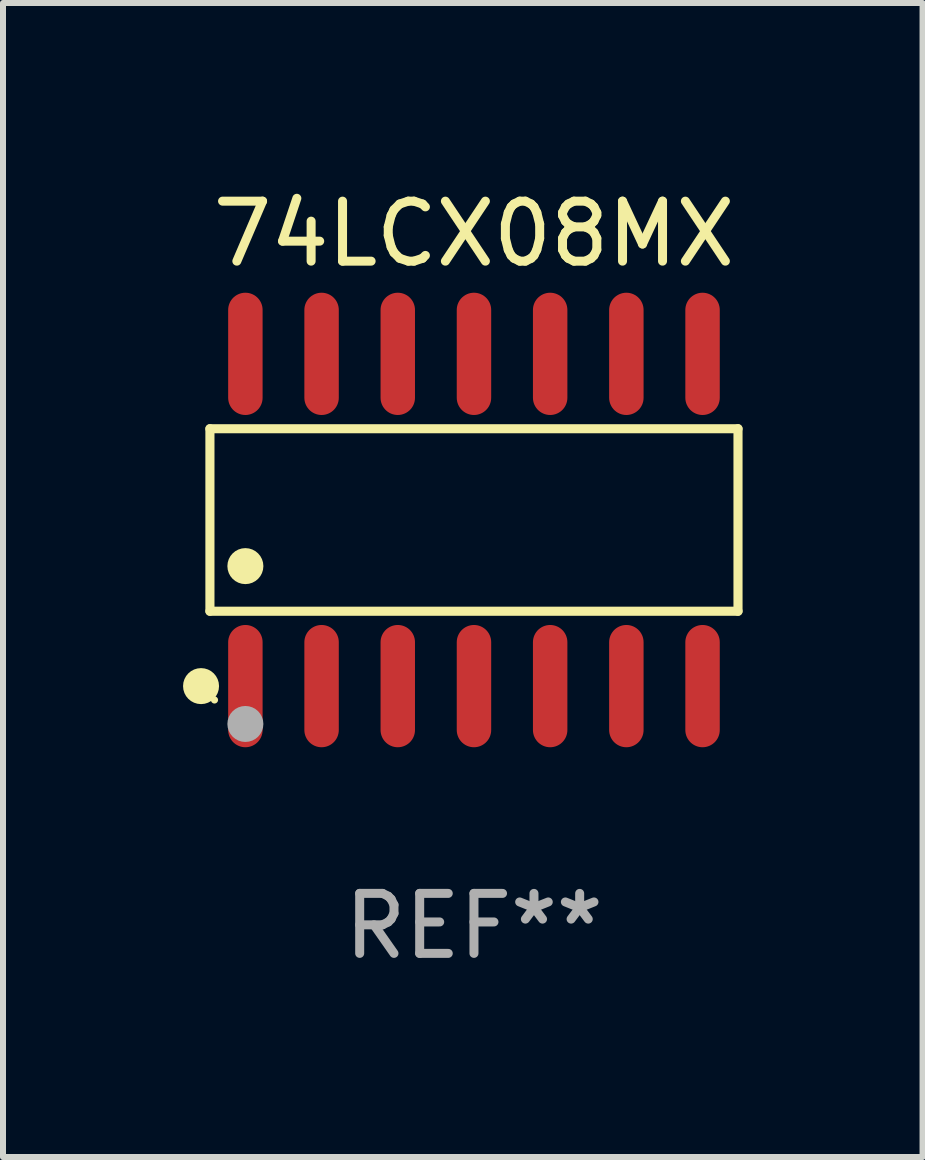
<source format=kicad_pcb>
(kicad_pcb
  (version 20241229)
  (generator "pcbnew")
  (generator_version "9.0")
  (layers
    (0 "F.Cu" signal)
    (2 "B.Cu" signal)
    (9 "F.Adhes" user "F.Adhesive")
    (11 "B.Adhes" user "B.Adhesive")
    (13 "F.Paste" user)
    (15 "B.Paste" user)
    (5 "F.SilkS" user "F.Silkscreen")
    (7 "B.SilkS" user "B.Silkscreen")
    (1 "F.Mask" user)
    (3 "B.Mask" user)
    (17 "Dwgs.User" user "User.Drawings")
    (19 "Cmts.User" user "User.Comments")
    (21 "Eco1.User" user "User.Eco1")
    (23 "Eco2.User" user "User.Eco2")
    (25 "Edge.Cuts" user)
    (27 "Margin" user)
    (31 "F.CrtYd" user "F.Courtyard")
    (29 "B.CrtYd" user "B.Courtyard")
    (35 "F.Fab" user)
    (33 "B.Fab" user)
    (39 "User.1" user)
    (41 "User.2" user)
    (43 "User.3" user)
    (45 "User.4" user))
  (footprint "74LCX08MX"
    (layer "F.Cu")
    (at 4.85 5.617)
    (property "Reference" "74LCX08MX" (at 0 -4.769 0) (layer "F.SilkS") (effects (font (size 1 1) (thickness 0.15))))
    (attr through_hole)
    (fp_line (start -4.401 -1.521) (end 4.401 -1.521) (stroke (width 0.152) (type solid)) (layer "F.SilkS"))
    (fp_line (start -4.401 1.521) (end -4.401 -1.521) (stroke (width 0.152) (type solid)) (layer "F.SilkS"))
    (fp_line (start 4.401 -1.521) (end 4.401 1.521) (stroke (width 0.152) (type solid)) (layer "F.SilkS"))
    (fp_line (start 4.401 1.521) (end -4.401 1.521) (stroke (width 0.152) (type solid)) (layer "F.SilkS"))
    (fp_circle (center -4.549 2.769) (end -4.399 2.769) (stroke (width 0.3) (type solid)) (fill no) (layer "F.SilkS"))
    (fp_circle (center -4.325 3) (end -4.295 3) (stroke (width 0.06) (type solid)) (fill no) (layer "F.SilkS"))
    (fp_circle (center -3.81 0.769) (end -3.66 0.769) (stroke (width 0.3) (type solid)) (fill no) (layer "F.SilkS"))
    (fp_circle (center -3.81 3.4) (end -3.66 3.4) (stroke (width 0.3) (type solid)) (fill no) (layer "F.Fab"))
    (fp_text user "REF**" (at 0 6.769 0) (layer "F.Fab") (effects (font (size 1 1) (thickness 0.15))))
    (pad "1" smd oval (at -3.81 2.769) (size 0.574 2.038) (layers "F.Cu" "F.Mask" "F.Paste"))
    (pad "2" smd oval (at -2.54 2.769) (size 0.574 2.038) (layers "F.Cu" "F.Mask" "F.Paste"))
    (pad "3" smd oval (at -1.27 2.769) (size 0.574 2.038) (layers "F.Cu" "F.Mask" "F.Paste"))
    (pad "4" smd oval (at 0 2.769) (size 0.574 2.038) (layers "F.Cu" "F.Mask" "F.Paste"))
    (pad "5" smd oval (at 1.27 2.769) (size 0.574 2.038) (layers "F.Cu" "F.Mask" "F.Paste"))
    (pad "6" smd oval (at 2.54 2.769) (size 0.574 2.038) (layers "F.Cu" "F.Mask" "F.Paste"))
    (pad "7" smd oval (at 3.81 2.769) (size 0.574 2.038) (layers "F.Cu" "F.Mask" "F.Paste"))
    (pad "8" smd oval (at 3.81 -2.769) (size 0.574 2.038) (layers "F.Cu" "F.Mask" "F.Paste"))
    (pad "9" smd oval (at 2.54 -2.769) (size 0.574 2.038) (layers "F.Cu" "F.Mask" "F.Paste"))
    (pad "10" smd oval (at 1.27 -2.769) (size 0.574 2.038) (layers "F.Cu" "F.Mask" "F.Paste"))
    (pad "11" smd oval (at 0 -2.769) (size 0.574 2.038) (layers "F.Cu" "F.Mask" "F.Paste"))
    (pad "12" smd oval (at -1.27 -2.769) (size 0.574 2.038) (layers "F.Cu" "F.Mask" "F.Paste"))
    (pad "13" smd oval (at -2.54 -2.769) (size 0.574 2.038) (layers "F.Cu" "F.Mask" "F.Paste"))
    (pad "14" smd oval (at -3.81 -2.769) (size 0.574 2.038) (layers "F.Cu" "F.Mask" "F.Paste")))
  (gr_rect
    (start -3 -3)
    (end 12.327 16.235)
    (stroke (width 0.1) (type default))
    (fill no)
    (layer "Edge.Cuts")))
</source>
